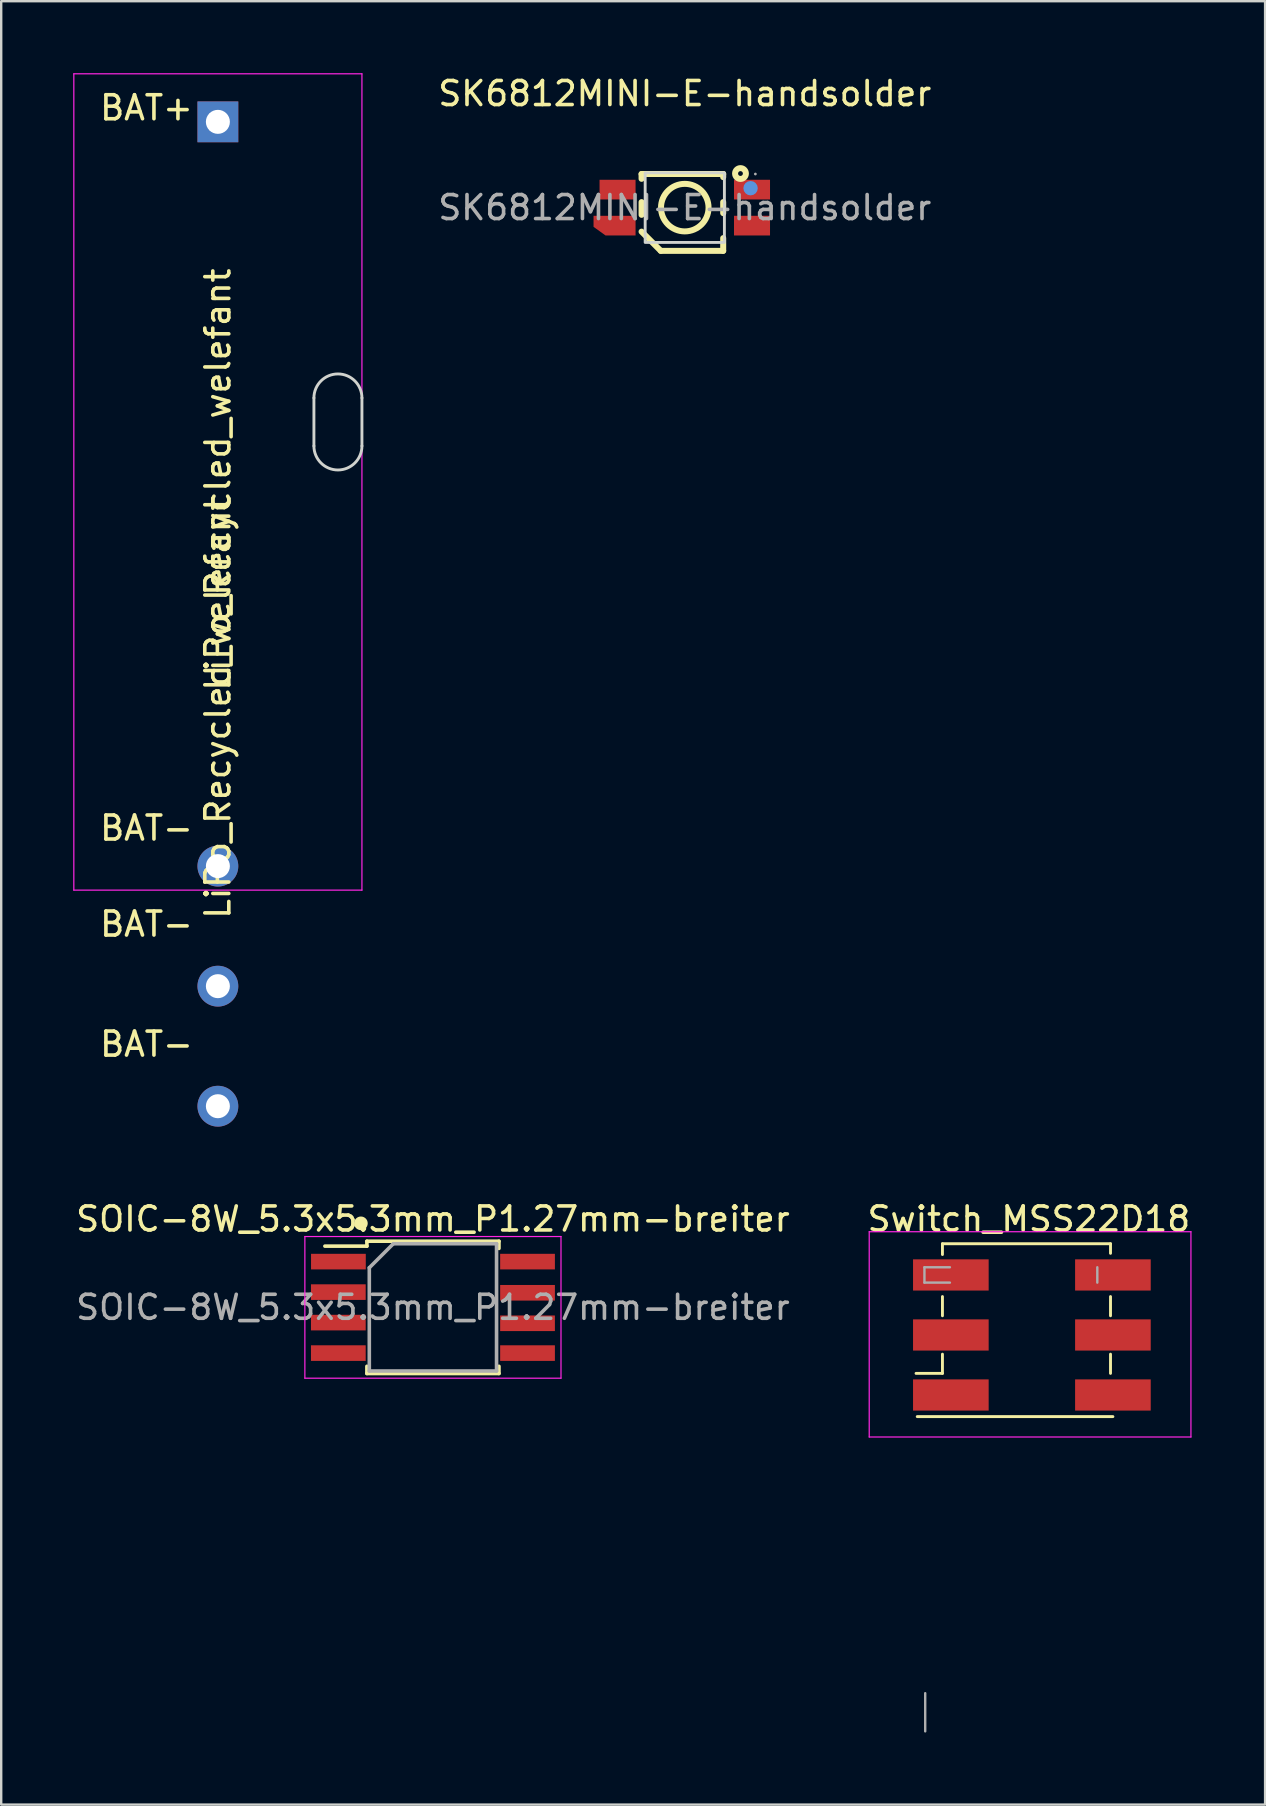
<source format=kicad_pcb>
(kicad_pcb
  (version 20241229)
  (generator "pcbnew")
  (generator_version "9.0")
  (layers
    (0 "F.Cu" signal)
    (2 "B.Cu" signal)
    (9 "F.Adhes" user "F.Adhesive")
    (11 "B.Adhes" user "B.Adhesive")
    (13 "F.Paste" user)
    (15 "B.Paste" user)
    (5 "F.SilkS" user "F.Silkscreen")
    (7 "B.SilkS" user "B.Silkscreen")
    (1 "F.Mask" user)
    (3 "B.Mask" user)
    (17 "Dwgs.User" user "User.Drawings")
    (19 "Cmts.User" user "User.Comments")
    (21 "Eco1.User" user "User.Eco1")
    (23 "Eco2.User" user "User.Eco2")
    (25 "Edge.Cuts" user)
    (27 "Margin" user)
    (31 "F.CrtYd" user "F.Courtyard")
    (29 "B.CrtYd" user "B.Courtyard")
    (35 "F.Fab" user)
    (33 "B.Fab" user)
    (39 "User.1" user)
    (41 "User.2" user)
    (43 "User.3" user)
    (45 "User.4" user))
  (footprint "LiPo_Recycled_welefant"
    (layer "F.Cu")
    (at 6.025 2.025)
    (property "Reference" "LiPo_Recycled_welefant" (at 0 24.4 90) (layer "F.SilkS") (effects (font (size 1 1) (thickness 0.15))))
    (property "Value" "LiPo_Recycled_welefant" (at 3 27 0) (layer "F.Fab") (hide yes) (effects (font (size 1 1) (thickness 0.15))))
    (attr through_hole)
    (fp_line (start 4 11.5) (end 4 13.5) (stroke (width 0.12) (type default)) (layer "Edge.Cuts"))
    (fp_line (start 6 11.5) (end 6 13.5) (stroke (width 0.12) (type default)) (layer "Edge.Cuts"))
    (fp_arc (start 4 11.5) (mid 5 10.5) (end 6 11.5) (stroke (width 0.12) (type default)) (layer "Edge.Cuts"))
    (fp_arc (start 6 13.5) (mid 5 14.5) (end 4 13.5) (stroke (width 0.12) (type default)) (layer "Edge.Cuts"))
    (fp_line (start -6 -2) (end -6 32) (stroke (width 0.05) (type solid)) (layer "F.CrtYd"))
    (fp_line (start -6 32) (end 6 32) (stroke (width 0.05) (type solid)) (layer "F.CrtYd"))
    (fp_line (start 6 -2) (end -6 -2) (stroke (width 0.05) (type solid)) (layer "F.CrtYd"))
    (fp_line (start 6 32) (end 6 -2) (stroke (width 0.05) (type solid)) (layer "F.CrtYd"))
    (fp_line (start -0.32 -0.32) (end -0.32 0.32) (stroke (width 0.1) (type solid)) (layer "F.Fab"))
    (fp_text user "BAT-" (at -5 39 0) (unlocked yes) (layer "F.SilkS") (effects (font (size 1 1) (thickness 0.15)) (justify left bottom)))
    (fp_text user "BAT-" (at -5 34 0) (unlocked yes) (layer "F.SilkS") (effects (font (size 1 1) (thickness 0.15)) (justify left bottom)))
    (fp_text user "BAT-" (at -5 30 0) (unlocked yes) (layer "F.SilkS") (effects (font (size 1 1) (thickness 0.15)) (justify left bottom)))
    (fp_text user "BAT+" (at -5 0 0) (unlocked yes) (layer "F.SilkS") (effects (font (size 1 1) (thickness 0.15)) (justify left bottom)))
    (fp_text user "${VALUE}" (at 0 14.9 270) (layer "F.SilkS") (effects (font (size 1 1) (thickness 0.15))))
    (pad "1" thru_hole rect (at 0 0) (size 1.7 1.7) (drill 1) (layers "*.Cu" "*.Mask"))
    (pad "2" thru_hole oval (at 0 31) (size 1.7 1.7) (drill 1) (layers "*.Cu" "*.Mask"))
    (pad "2" thru_hole oval (at 0 36) (size 1.7 1.7) (drill 1) (layers "*.Cu" "*.Mask"))
    (pad "2" thru_hole oval (at 0 41) (size 1.7 1.7) (drill 1) (layers "*.Cu" "*.Mask")))
  (footprint "SOIC-8W_5.3x5.3mm_P1.27mm-breiter"
    (layer "F.Cu")
    (at 14.982 51.403)
    (property "Reference" "SOIC-8W_5.3x5.3mm_P1.27mm-breiter" (at 0 -3.68 0) (layer "F.SilkS") (effects (font (size 1 1) (thickness 0.15))))
    (attr smd)
    (fp_line (start -2.75 -2.755) (end -2.75 -2.55) (stroke (width 0.15) (type solid)) (layer "F.SilkS"))
    (fp_line (start -2.75 -2.755) (end 2.75 -2.755) (stroke (width 0.15) (type solid)) (layer "F.SilkS"))
    (fp_line (start -2.75 -2.55) (end -4.5 -2.55) (stroke (width 0.15) (type solid)) (layer "F.SilkS"))
    (fp_line (start -2.75 2.755) (end -2.75 2.455) (stroke (width 0.15) (type solid)) (layer "F.SilkS"))
    (fp_line (start -2.75 2.755) (end 2.75 2.755) (stroke (width 0.15) (type solid)) (layer "F.SilkS"))
    (fp_line (start 2.75 -2.755) (end 2.75 -2.455) (stroke (width 0.15) (type solid)) (layer "F.SilkS"))
    (fp_line (start 2.75 2.755) (end 2.75 2.455) (stroke (width 0.15) (type solid)) (layer "F.SilkS"))
    (fp_circle (center -3 -3.5) (end -2.776 -3.5) (stroke (width 0.12) (type solid)) (fill yes) (layer "F.SilkS"))
    (fp_line (start -5.334 -2.95) (end -5.334 2.95) (stroke (width 0.05) (type solid)) (layer "F.CrtYd"))
    (fp_line (start -5.334 -2.95) (end 5.334 -2.95) (stroke (width 0.05) (type solid)) (layer "F.CrtYd"))
    (fp_line (start -5.334 2.95) (end 5.334 2.95) (stroke (width 0.05) (type solid)) (layer "F.CrtYd"))
    (fp_line (start 5.334 -2.95) (end 5.334 2.95) (stroke (width 0.05) (type solid)) (layer "F.CrtYd"))
    (fp_line (start -2.65 -1.65) (end -1.65 -2.65) (stroke (width 0.15) (type solid)) (layer "F.Fab"))
    (fp_line (start -2.65 2.65) (end -2.65 -1.65) (stroke (width 0.15) (type solid)) (layer "F.Fab"))
    (fp_line (start -1.65 -2.65) (end 2.65 -2.65) (stroke (width 0.15) (type solid)) (layer "F.Fab"))
    (fp_line (start 2.65 -2.65) (end 2.65 2.65) (stroke (width 0.15) (type solid)) (layer "F.Fab"))
    (fp_line (start 2.65 2.65) (end -2.65 2.65) (stroke (width 0.15) (type solid)) (layer "F.Fab"))
    (fp_text user "${REFERENCE}" (at 0 0 0) (layer "F.Fab") (effects (font (size 1 1) (thickness 0.15))))
    (pad "1" smd rect (at -3.937 -1.905) (size 2.28 0.65) (layers "F.Cu" "F.Mask" "F.Paste"))
    (pad "2" smd rect (at -3.94 -0.635) (size 2.28 0.65) (layers "F.Cu" "F.Mask" "F.Paste"))
    (pad "3" smd rect (at -3.94 0.635) (size 2.28 0.65) (layers "F.Cu" "F.Mask" "F.Paste"))
    (pad "4" smd rect (at -3.94 1.905) (size 2.28 0.65) (layers "F.Cu" "F.Mask" "F.Paste"))
    (pad "5" smd rect (at 3.94 1.905) (size 2.28 0.65) (layers "F.Cu" "F.Mask" "F.Paste"))
    (pad "6" smd rect (at 3.94 0.663) (size 2.28 0.65) (layers "F.Cu" "F.Mask" "F.Paste"))
    (pad "7" smd rect (at 3.94 -0.607) (size 2.28 0.65) (layers "F.Cu" "F.Mask" "F.Paste"))
    (pad "8" smd rect (at 3.94 -1.905) (size 2.28 0.65) (layers "F.Cu" "F.Mask" "F.Paste")))
  (footprint "Switch_MSS22D18"
    (layer "F.Cu")
    (at 39.804 52.553)
    (property "Reference" "Switch_MSS22D18" (at 0 -4.83 0) (layer "F.SilkS") (effects (font (size 1 1) (thickness 0.15))))
    (attr smd)
    (fp_line (start -4.7 1.6) (end -3.6 1.6) (stroke (width 0.12) (type solid)) (layer "F.SilkS"))
    (fp_line (start -4.65 3.4) (end 3.5 3.4) (stroke (width 0.12) (type solid)) (layer "F.SilkS"))
    (fp_line (start -3.6 -3.8) (end -3.6 -3.35) (stroke (width 0.12) (type solid)) (layer "F.SilkS"))
    (fp_line (start -3.6 -3.8) (end 3.4 -3.8) (stroke (width 0.12) (type solid)) (layer "F.SilkS"))
    (fp_line (start -3.6 -1.6) (end -3.6 -0.8) (stroke (width 0.12) (type solid)) (layer "F.SilkS"))
    (fp_line (start -3.6 0.8) (end -3.6 1.6) (stroke (width 0.12) (type solid)) (layer "F.SilkS"))
    (fp_line (start 3.4 -3.8) (end 3.4 -3.4) (stroke (width 0.12) (type solid)) (layer "F.SilkS"))
    (fp_line (start 3.4 -1.6) (end 3.4 -0.8) (stroke (width 0.12) (type solid)) (layer "F.SilkS"))
    (fp_line (start 3.4 0.8) (end 3.4 1.6) (stroke (width 0.12) (type solid)) (layer "F.SilkS"))
    (fp_line (start -6.65 -4.3) (end -6.65 4.25) (stroke (width 0.05) (type solid)) (layer "F.CrtYd"))
    (fp_line (start -6.65 4.25) (end 6.75 4.25) (stroke (width 0.05) (type solid)) (layer "F.CrtYd"))
    (fp_line (start 6.75 -4.3) (end -6.65 -4.3) (stroke (width 0.05) (type solid)) (layer "F.CrtYd"))
    (fp_line (start 6.75 4.25) (end 6.75 -4.3) (stroke (width 0.05) (type solid)) (layer "F.CrtYd"))
    (fp_line (start -4.35 -2.82) (end -4.35 -2.18) (stroke (width 0.1) (type solid)) (layer "F.Fab"))
    (fp_line (start -4.35 -2.18) (end -3.29 -2.18) (stroke (width 0.1) (type solid)) (layer "F.Fab"))
    (fp_line (start -4.318 16.51) (end -4.318 14.92) (stroke (width 0.1) (type solid)) (layer "F.Fab"))
    (fp_line (start -3.29 -2.82) (end -4.35 -2.82) (stroke (width 0.1) (type solid)) (layer "F.Fab"))
    (fp_line (start 2.85 -2.82) (end 2.85 -2.18) (stroke (width 0.1) (type solid)) (layer "F.Fab"))
    (pad "1" smd rect (at -3.25 2.5) (size 3.15 1.3) (layers "F.Cu" "F.Mask" "F.Paste"))
    (pad "2" smd rect (at -3.25 0) (size 3.15 1.3) (layers "F.Cu" "F.Mask" "F.Paste"))
    (pad "3" smd rect (at -3.25 -2.5) (size 3.15 1.3) (layers "F.Cu" "F.Mask" "F.Paste"))
    (pad "4" smd rect (at 3.5 2.5) (size 3.15 1.3) (layers "F.Cu" "F.Mask" "F.Paste"))
    (pad "5" smd rect (at 3.5 0) (size 3.15 1.3) (layers "F.Cu" "F.Mask" "F.Paste"))
    (pad "6" smd rect (at 3.5 -2.5) (size 3.15 1.3) (layers "F.Cu" "F.Mask" "F.Paste")))
  (footprint "SK6812MINI-E-handsolder"
    (layer "F.Cu")
    (at 25.472 5.598)
    (property "Reference" "SK6812MINI-E-handsolder" (at 0 -4.75 0) (layer "F.SilkS") (effects (font (size 1 1) (thickness 0.15))))
    (attr smd)
    (fp_line (start -1.8 -1.4) (end -1.8 -1.2) (stroke (width 0.25) (type solid)) (layer "F.SilkS"))
    (fp_line (start -1.8 -1.4) (end 1.6 -1.4) (stroke (width 0.25) (type solid)) (layer "F.SilkS"))
    (fp_line (start -1.8 -0.23) (end -1.8 0.3) (stroke (width 0.25) (type solid)) (layer "F.SilkS"))
    (fp_line (start -1.8 1) (end -1 1.8) (stroke (width 0.25) (type solid)) (layer "F.SilkS"))
    (fp_line (start -1 1.8) (end 1.6 1.8) (stroke (width 0.25) (type solid)) (layer "F.SilkS"))
    (fp_line (start 1.6 -1.4) (end 1.6 -1.27) (stroke (width 0.25) (type solid)) (layer "F.SilkS"))
    (fp_line (start 1.6 -0.23) (end 1.6 0.23) (stroke (width 0.25) (type solid)) (layer "F.SilkS"))
    (fp_line (start 1.6 1.27) (end 1.6 1.8) (stroke (width 0.25) (type solid)) (layer "F.SilkS"))
    (fp_circle (center 0 0) (end 0.99 0) (stroke (width 0.25) (type solid)) (fill no) (layer "F.SilkS"))
    (fp_circle (center 2.32 -1.42) (end 2.42 -1.42) (stroke (width 0.25) (type solid)) (fill no) (layer "F.SilkS"))
    (fp_circle (center 2.74 -0.81) (end 2.89 -0.81) (stroke (width 0.3) (type solid)) (fill no) (layer "Cmts.User"))
    (fp_rect (start 1.65 1.45) (end -1.65 -1.45) (stroke (width 0.12) (type solid)) (fill no) (layer "Edge.Cuts"))
    (fp_circle (center 2.94 -1.4) (end 2.97 -1.4) (stroke (width 0.06) (type solid)) (fill no) (layer "F.Fab"))
    (fp_text user "${REFERENCE}" (at 0 0 0) (layer "F.Fab") (effects (font (size 1 1) (thickness 0.15))))
    (pad "1" smd rect (at 2.8 -0.75 90) (size 0.82 1.5) (layers "F.Cu" "F.Mask" "F.Paste"))
    (pad "2" smd rect (at 2.8 0.75 90) (size 0.82 1.5) (layers "F.Cu" "F.Mask" "F.Paste"))
    (pad "3" smd custom (at -2.675 0.75 90) (size 0.82 1.25) (layers "F.Cu" "F.Mask" "F.Paste") (options (anchor rect)) (primitives (gr_poly (pts (xy -0.41 -0.625) (xy -0.05 -1.125) (xy 0.41 -1.125) (xy 0.41 -0.525)) (width 0) (fill yes))))
    (pad "4" smd rect (at -2.8 -0.75 90) (size 0.82 1.5) (layers "F.Cu" "F.Mask" "F.Paste")))
  (gr_rect
    (start -3 -3)
    (end 49.643 72.113)
    (stroke (width 0.1) (type default))
    (fill no)
    (layer "Edge.Cuts")))
</source>
